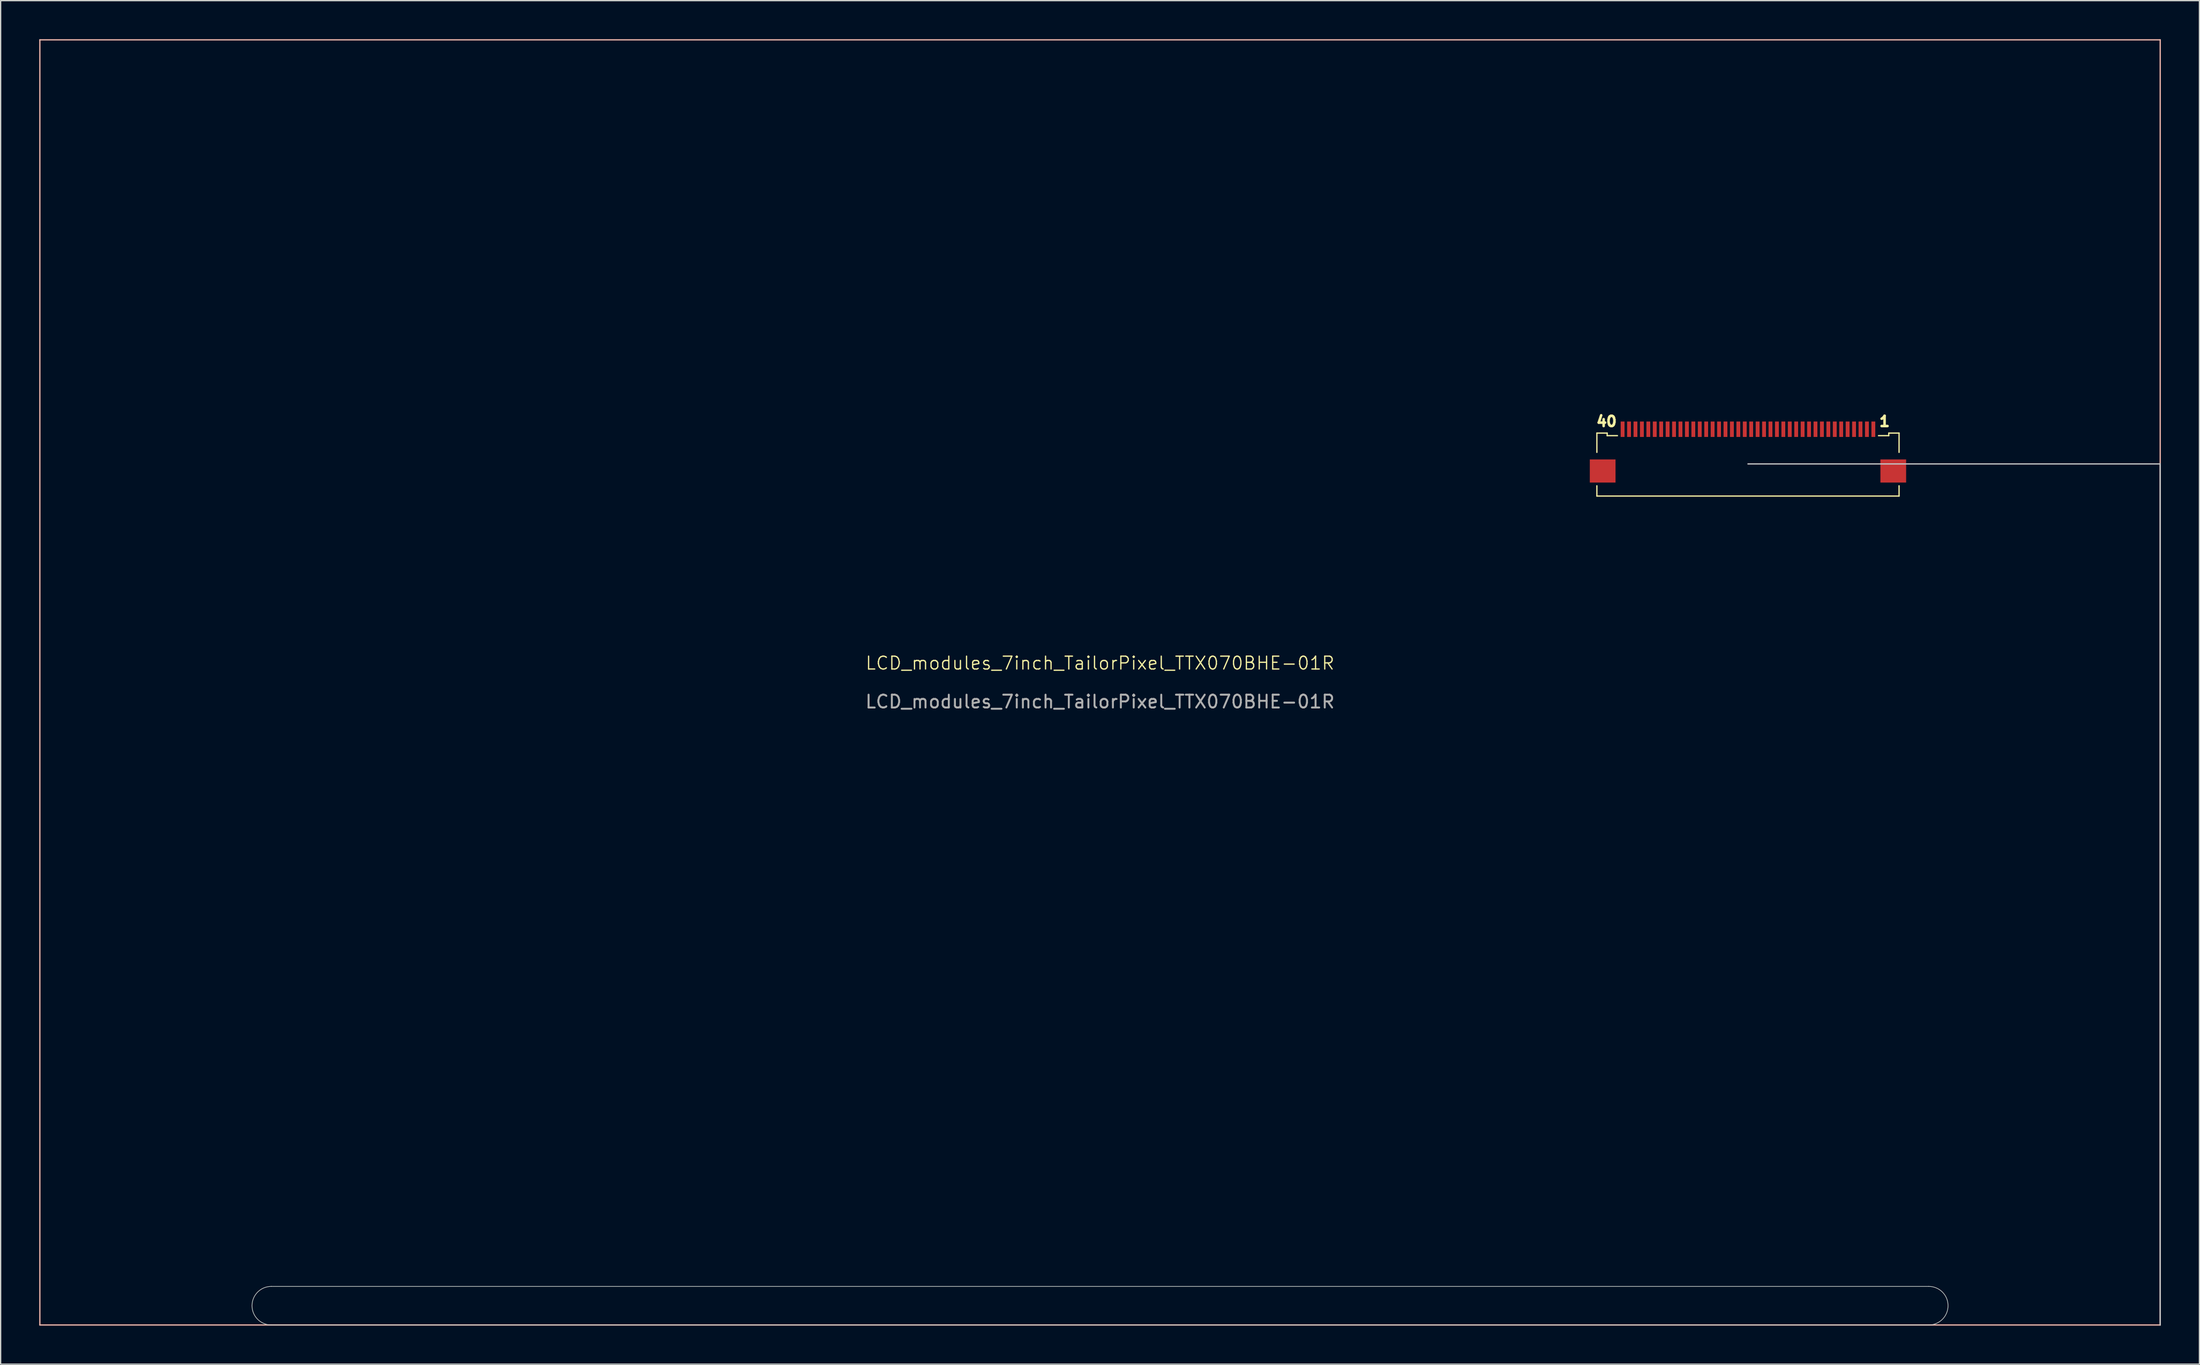
<source format=kicad_pcb>
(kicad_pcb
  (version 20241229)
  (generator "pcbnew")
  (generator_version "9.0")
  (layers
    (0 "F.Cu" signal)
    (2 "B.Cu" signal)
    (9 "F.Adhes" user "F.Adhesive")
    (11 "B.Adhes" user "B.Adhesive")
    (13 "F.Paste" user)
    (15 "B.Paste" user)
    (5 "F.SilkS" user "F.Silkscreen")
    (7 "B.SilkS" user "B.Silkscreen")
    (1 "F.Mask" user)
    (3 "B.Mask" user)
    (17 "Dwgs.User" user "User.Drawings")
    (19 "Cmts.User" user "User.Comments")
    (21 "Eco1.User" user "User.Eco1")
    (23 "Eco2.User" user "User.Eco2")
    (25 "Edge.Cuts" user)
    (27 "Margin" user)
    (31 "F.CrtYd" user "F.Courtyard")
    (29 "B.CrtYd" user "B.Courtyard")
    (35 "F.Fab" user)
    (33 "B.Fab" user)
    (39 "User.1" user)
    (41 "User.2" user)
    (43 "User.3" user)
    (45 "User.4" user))
  (footprint "LCD_modules_7inch_TailorPixel_TTX070BHE-01R"
    (layer "F.Cu")
    (at 82.5 50.05)
    (property "Reference" "LCD_modules_7inch_TailorPixel_TTX070BHE-01R" (at 0 -1.5 0) (unlocked yes) (layer "F.SilkS") (effects (font (size 1 1) (thickness 0.1))))
    (attr smd)
    (fp_line (start 38.64 -19.4) (end 38.64 -17.9) (stroke (width 0.1) (type default)) (layer "F.SilkS"))
    (fp_line (start 38.64 -19.4) (end 39.44 -19.4) (stroke (width 0.1) (type default)) (layer "F.SilkS"))
    (fp_line (start 38.64 -15.3) (end 38.64 -14.5) (stroke (width 0.1) (type default)) (layer "F.SilkS"))
    (fp_line (start 38.64 -14.5) (end 62.14 -14.5) (stroke (width 0.1) (type default)) (layer "F.SilkS"))
    (fp_line (start 39.44 -19.4) (end 39.44 -19.2) (stroke (width 0.1) (type default)) (layer "F.SilkS"))
    (fp_line (start 39.44 -19.2) (end 40.24 -19.2) (stroke (width 0.1) (type default)) (layer "F.SilkS"))
    (fp_line (start 60.54 -19.2) (end 61.34 -19.2) (stroke (width 0.1) (type default)) (layer "F.SilkS"))
    (fp_line (start 61.34 -19.4) (end 61.34 -19.2) (stroke (width 0.1) (type default)) (layer "F.SilkS"))
    (fp_line (start 61.34 -19.4) (end 62.14 -19.4) (stroke (width 0.1) (type default)) (layer "F.SilkS"))
    (fp_line (start 62.14 -19.4) (end 62.14 -17.9) (stroke (width 0.1) (type default)) (layer "F.SilkS"))
    (fp_line (start 62.14 -15.3) (end 62.14 -14.5) (stroke (width 0.1) (type default)) (layer "F.SilkS"))
    (fp_line (start -82.45 -50) (end -82.45 50) (stroke (width 0.1) (type default)) (layer "B.SilkS"))
    (fp_line (start -82.45 -50) (end 82.45 -50) (stroke (width 0.1) (type default)) (layer "B.SilkS"))
    (fp_line (start 82.45 -50) (end 82.45 50) (stroke (width 0.1) (type default)) (layer "B.SilkS"))
    (fp_line (start 82.45 50) (end -82.45 50) (stroke (width 0.1) (type default)) (layer "B.SilkS"))
    (fp_line (start 50.39 -17) (end 82.45 -17) (stroke (width 0.1) (type default)) (layer "Dwgs.User"))
    (fp_line (start 82.45 50) (end 82.45 -17) (stroke (width 0.1) (type default)) (layer "Dwgs.User"))
    (fp_line (start -64.45 47) (end 64.45 47) (stroke (width 0.05) (type default)) (layer "Edge.Cuts"))
    (fp_line (start -64.45 50) (end 64.45 50) (stroke (width 0.05) (type default)) (layer "Edge.Cuts"))
    (fp_arc (start -64.45 50) (mid -65.95 48.5) (end -64.45 47) (stroke (width 0.05) (type default)) (layer "Edge.Cuts"))
    (fp_arc (start 64.45 47) (mid 65.95 48.5) (end 64.45 50) (stroke (width 0.05) (type default)) (layer "Edge.Cuts"))
    (fp_text user "1" (at 60.5 -19.84 0) (unlocked yes) (layer "F.SilkS") (effects (font (size 0.8 0.8) (thickness 0.2) (bold yes)) (justify left bottom)))
    (fp_text user "40" (at 38.5 -19.84 0) (unlocked yes) (layer "F.SilkS") (effects (font (size 0.8 0.8) (thickness 0.2) (bold yes)) (justify left bottom)))
    (fp_text user "${REFERENCE}" (at 0 1.5 0) (unlocked yes) (layer "F.Fab") (effects (font (size 1 1) (thickness 0.15))))
    (pad "1" smd rect (at 60.14 -19.7) (size 0.3 1.2) (layers "F.Cu" "F.Mask" "F.Paste"))
    (pad "2" smd rect (at 59.64 -19.7) (size 0.3 1.2) (layers "F.Cu" "F.Mask" "F.Paste"))
    (pad "3" smd rect (at 59.14 -19.7) (size 0.3 1.2) (layers "F.Cu" "F.Mask" "F.Paste"))
    (pad "4" smd rect (at 58.64 -19.7) (size 0.3 1.2) (layers "F.Cu" "F.Mask" "F.Paste"))
    (pad "5" smd rect (at 58.14 -19.7) (size 0.3 1.2) (layers "F.Cu" "F.Mask" "F.Paste"))
    (pad "6" smd rect (at 57.64 -19.7) (size 0.3 1.2) (layers "F.Cu" "F.Mask" "F.Paste"))
    (pad "7" smd rect (at 57.14 -19.7) (size 0.3 1.2) (layers "F.Cu" "F.Mask" "F.Paste"))
    (pad "8" smd rect (at 56.64 -19.7) (size 0.3 1.2) (layers "F.Cu" "F.Mask" "F.Paste"))
    (pad "9" smd rect (at 56.14 -19.7) (size 0.3 1.2) (layers "F.Cu" "F.Mask" "F.Paste"))
    (pad "10" smd rect (at 55.64 -19.7) (size 0.3 1.2) (layers "F.Cu" "F.Mask" "F.Paste"))
    (pad "11" smd rect (at 55.14 -19.7) (size 0.3 1.2) (layers "F.Cu" "F.Mask" "F.Paste"))
    (pad "12" smd rect (at 54.64 -19.7) (size 0.3 1.2) (layers "F.Cu" "F.Mask" "F.Paste"))
    (pad "13" smd rect (at 54.14 -19.7) (size 0.3 1.2) (layers "F.Cu" "F.Mask" "F.Paste"))
    (pad "14" smd rect (at 53.64 -19.7) (size 0.3 1.2) (layers "F.Cu" "F.Mask" "F.Paste"))
    (pad "15" smd rect (at 53.14 -19.7) (size 0.3 1.2) (layers "F.Cu" "F.Mask" "F.Paste"))
    (pad "16" smd rect (at 52.64 -19.7) (size 0.3 1.2) (layers "F.Cu" "F.Mask" "F.Paste"))
    (pad "17" smd rect (at 52.14 -19.7) (size 0.3 1.2) (layers "F.Cu" "F.Mask" "F.Paste"))
    (pad "18" smd rect (at 51.64 -19.7) (size 0.3 1.2) (layers "F.Cu" "F.Mask" "F.Paste"))
    (pad "19" smd rect (at 51.14 -19.7) (size 0.3 1.2) (layers "F.Cu" "F.Mask" "F.Paste"))
    (pad "20" smd rect (at 50.64 -19.7) (size 0.3 1.2) (layers "F.Cu" "F.Mask" "F.Paste"))
    (pad "21" smd rect (at 50.14 -19.7) (size 0.3 1.2) (layers "F.Cu" "F.Mask" "F.Paste"))
    (pad "22" smd rect (at 49.64 -19.7) (size 0.3 1.2) (layers "F.Cu" "F.Mask" "F.Paste"))
    (pad "23" smd rect (at 49.14 -19.7) (size 0.3 1.2) (layers "F.Cu" "F.Mask" "F.Paste"))
    (pad "24" smd rect (at 48.64 -19.7) (size 0.3 1.2) (layers "F.Cu" "F.Mask" "F.Paste"))
    (pad "25" smd rect (at 48.14 -19.7) (size 0.3 1.2) (layers "F.Cu" "F.Mask" "F.Paste"))
    (pad "26" smd rect (at 47.64 -19.7) (size 0.3 1.2) (layers "F.Cu" "F.Mask" "F.Paste"))
    (pad "27" smd rect (at 47.14 -19.7) (size 0.3 1.2) (layers "F.Cu" "F.Mask" "F.Paste"))
    (pad "28" smd rect (at 46.64 -19.7) (size 0.3 1.2) (layers "F.Cu" "F.Mask" "F.Paste"))
    (pad "29" smd rect (at 46.14 -19.7) (size 0.3 1.2) (layers "F.Cu" "F.Mask" "F.Paste"))
    (pad "30" smd rect (at 45.64 -19.7) (size 0.3 1.2) (layers "F.Cu" "F.Mask" "F.Paste"))
    (pad "31" smd rect (at 45.14 -19.7) (size 0.3 1.2) (layers "F.Cu" "F.Mask" "F.Paste"))
    (pad "32" smd rect (at 44.64 -19.7) (size 0.3 1.2) (layers "F.Cu" "F.Mask" "F.Paste"))
    (pad "33" smd rect (at 44.14 -19.7) (size 0.3 1.2) (layers "F.Cu" "F.Mask" "F.Paste"))
    (pad "34" smd rect (at 43.64 -19.7) (size 0.3 1.2) (layers "F.Cu" "F.Mask" "F.Paste"))
    (pad "35" smd rect (at 43.14 -19.7) (size 0.3 1.2) (layers "F.Cu" "F.Mask" "F.Paste"))
    (pad "36" smd rect (at 42.64 -19.7) (size 0.3 1.2) (layers "F.Cu" "F.Mask" "F.Paste"))
    (pad "37" smd rect (at 42.14 -19.7) (size 0.3 1.2) (layers "F.Cu" "F.Mask" "F.Paste"))
    (pad "38" smd rect (at 41.64 -19.7) (size 0.3 1.2) (layers "F.Cu" "F.Mask" "F.Paste"))
    (pad "39" smd rect (at 41.14 -19.7) (size 0.3 1.2) (layers "F.Cu" "F.Mask" "F.Paste"))
    (pad "40" smd rect (at 40.64 -19.7) (size 0.3 1.2) (layers "F.Cu" "F.Mask" "F.Paste"))
    (pad "MP" smd rect (at 39.09 -16.45 180) (size 2 1.8) (layers "F.Cu" "F.Mask" "F.Paste"))
    (pad "MP" smd rect (at 61.69 -16.45 180) (size 2 1.8) (layers "F.Cu" "F.Mask" "F.Paste")))
  (gr_rect
    (start -3 -3)
    (end 168 103.1)
    (stroke (width 0.1) (type default))
    (fill no)
    (layer "Edge.Cuts")))
</source>
